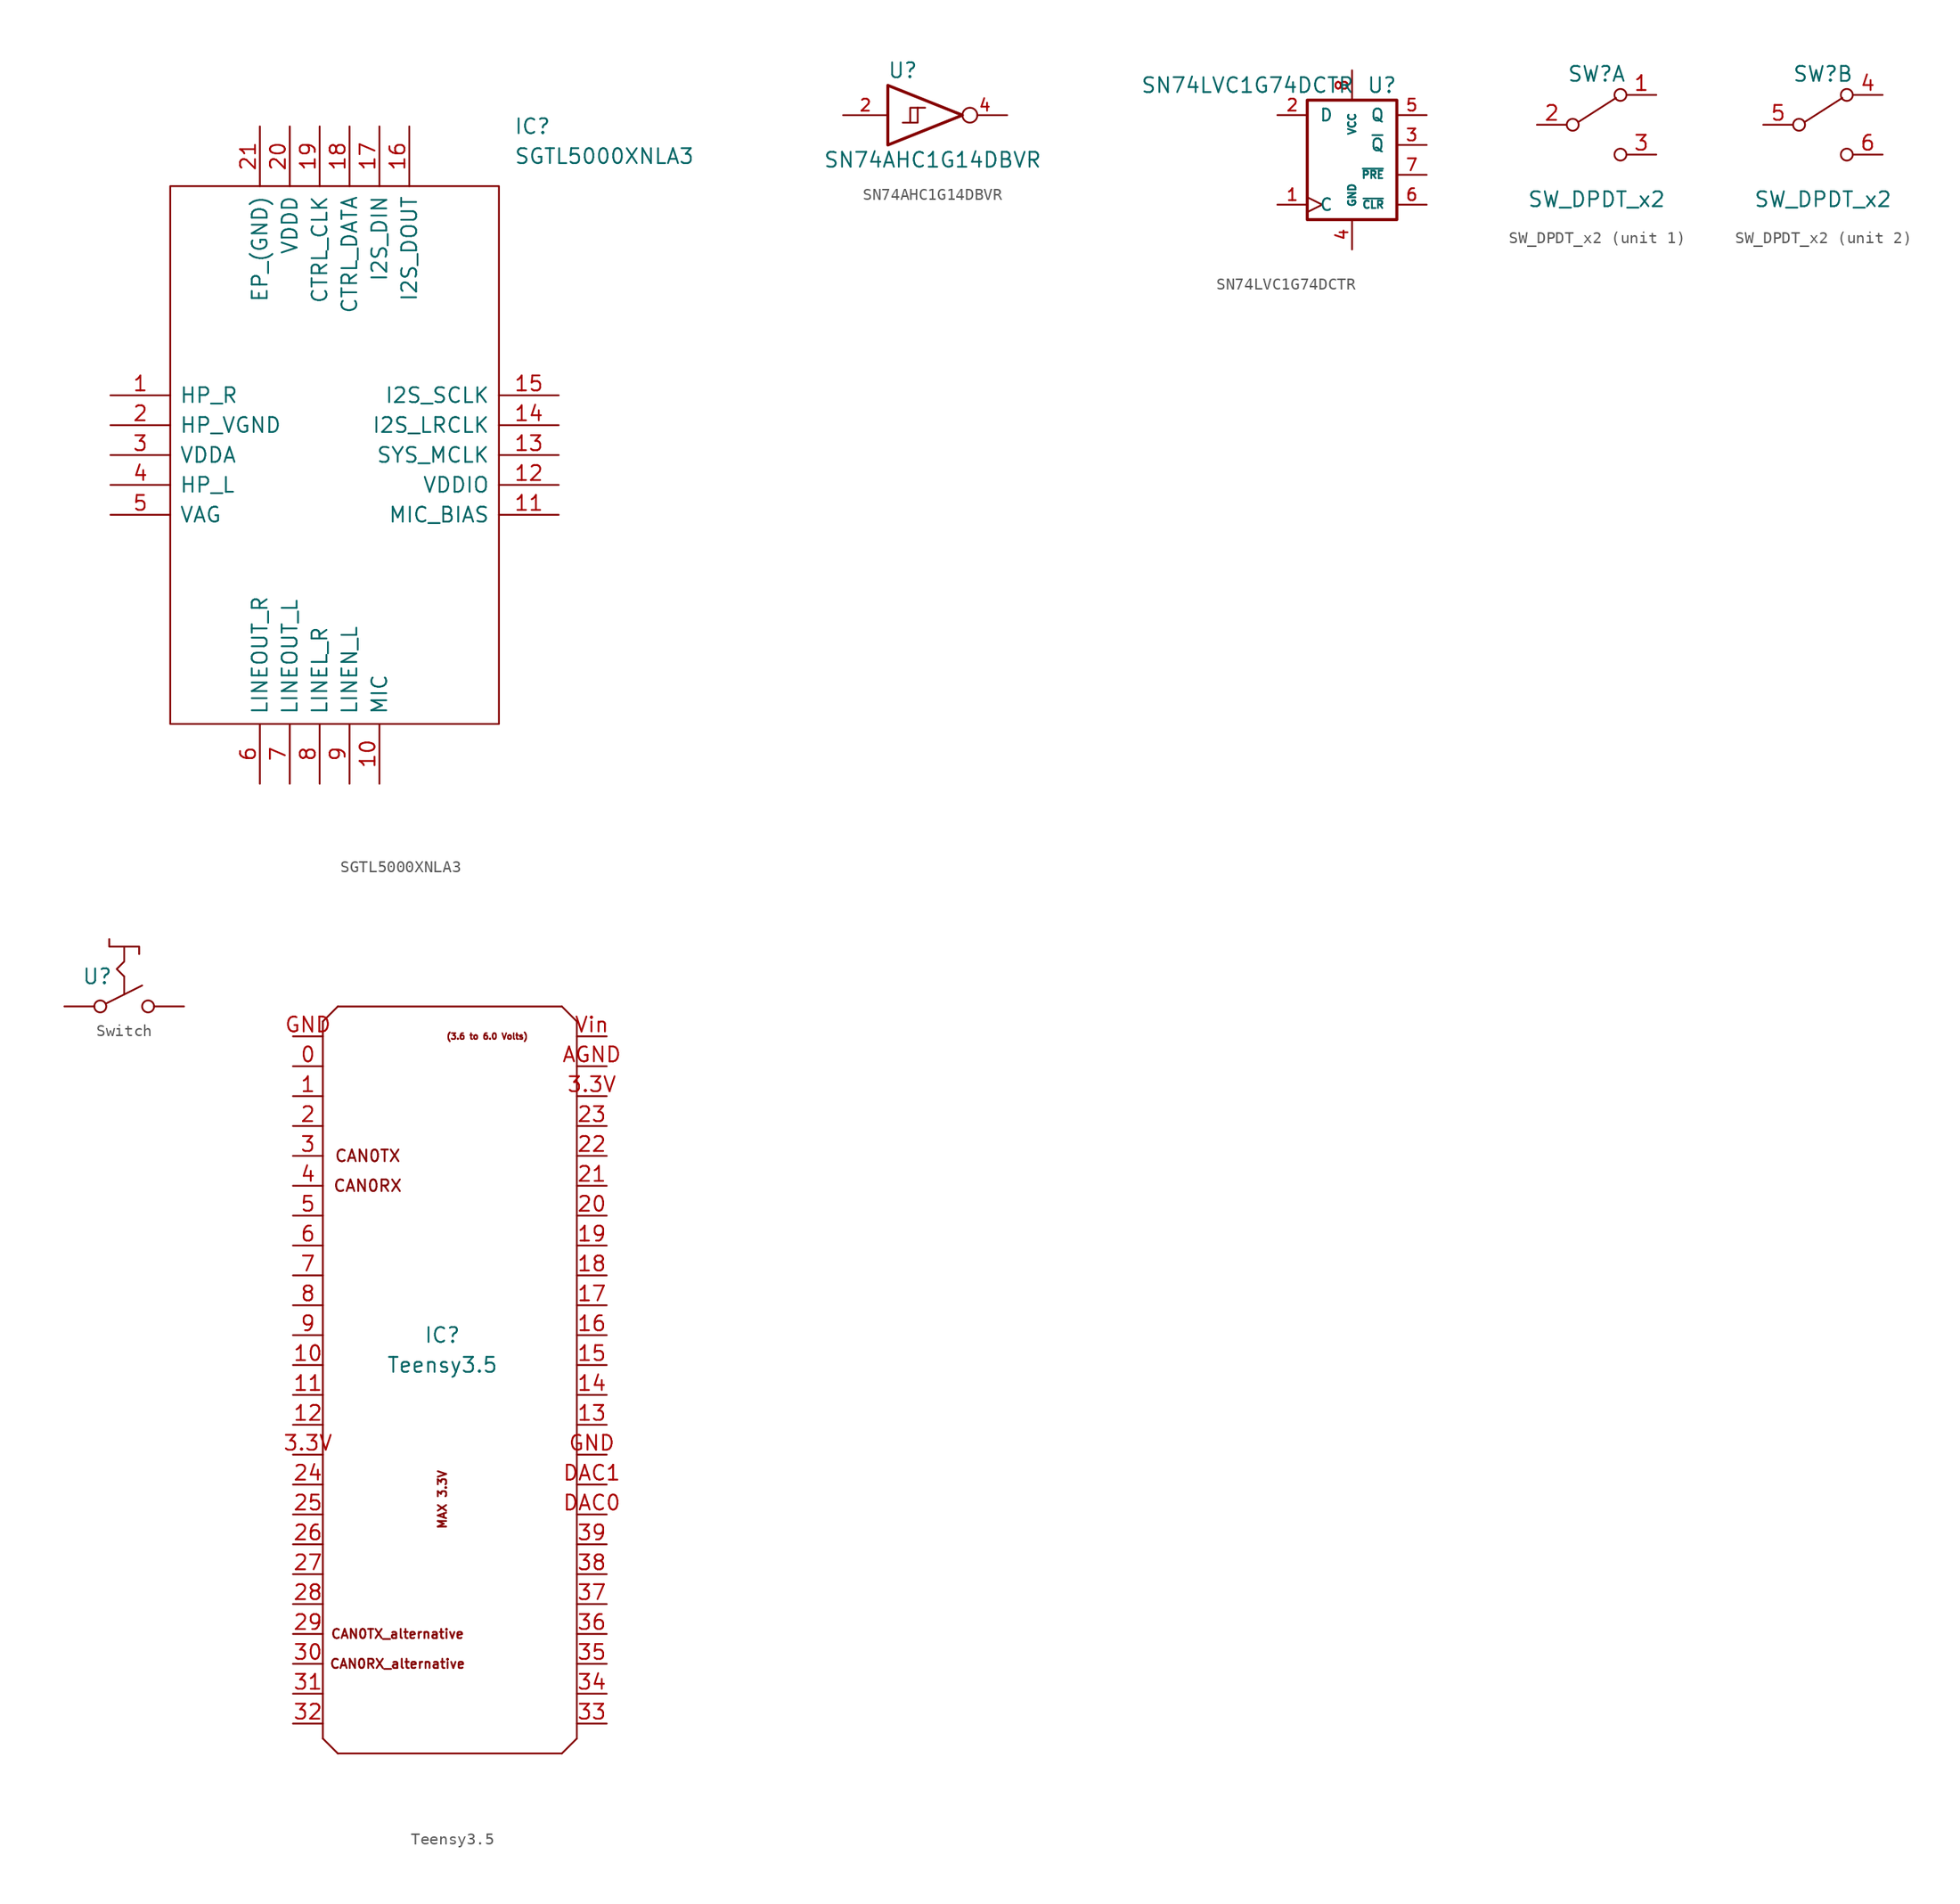
<source format=kicad_sym>
(kicad_symbol_lib
  (version 20231120)
  (generator "kicad_symbol_editor")
  (generator_version "8.0")
  (symbol "SGTL5000XNLA3"
    (pin_names
      (offset 0.762))
    (property "Reference" "IC"
      (at 34.29 22.86 0)
      (effects (font (size 1.27 1.27)) (justify left)))
    (property "Value" "SGTL5000XNLA3"
      (at 34.29 20.32 0)
      (effects (font (size 1.27 1.27)) (justify left)))
    (symbol "SGTL5000XNLA3_0_0"
      (pin passive line (at 0 0 0) (length 5.08) (name "HP_R" (effects (font (size 1.27 1.27)))) (number "1" (effects (font (size 1.27 1.27)))))
      (pin passive line (at 22.86 -33.02 90) (length 5.08) (name "MIC" (effects (font (size 1.27 1.27)))) (number "10" (effects (font (size 1.27 1.27)))))
      (pin passive line (at 38.1 -10.16 180) (length 5.08) (name "MIC_BIAS" (effects (font (size 1.27 1.27)))) (number "11" (effects (font (size 1.27 1.27)))))
      (pin passive line (at 38.1 -7.62 180) (length 5.08) (name "VDDIO" (effects (font (size 1.27 1.27)))) (number "12" (effects (font (size 1.27 1.27)))))
      (pin passive line (at 38.1 -5.08 180) (length 5.08) (name "SYS_MCLK" (effects (font (size 1.27 1.27)))) (number "13" (effects (font (size 1.27 1.27)))))
      (pin passive line (at 38.1 -2.54 180) (length 5.08) (name "I2S_LRCLK" (effects (font (size 1.27 1.27)))) (number "14" (effects (font (size 1.27 1.27)))))
      (pin passive line (at 38.1 0 180) (length 5.08) (name "I2S_SCLK" (effects (font (size 1.27 1.27)))) (number "15" (effects (font (size 1.27 1.27)))))
      (pin passive line (at 25.4 22.86 270) (length 5.08) (name "I2S_DOUT" (effects (font (size 1.27 1.27)))) (number "16" (effects (font (size 1.27 1.27)))))
      (pin passive line (at 22.86 22.86 270) (length 5.08) (name "I2S_DIN" (effects (font (size 1.27 1.27)))) (number "17" (effects (font (size 1.27 1.27)))))
      (pin passive line (at 20.32 22.86 270) (length 5.08) (name "CTRL_DATA" (effects (font (size 1.27 1.27)))) (number "18" (effects (font (size 1.27 1.27)))))
      (pin passive line (at 17.78 22.86 270) (length 5.08) (name "CTRL_CLK" (effects (font (size 1.27 1.27)))) (number "19" (effects (font (size 1.27 1.27)))))
      (pin passive line (at 0 -2.54 0) (length 5.08) (name "HP_VGND" (effects (font (size 1.27 1.27)))) (number "2" (effects (font (size 1.27 1.27)))))
      (pin passive line (at 15.24 22.86 270) (length 5.08) (name "VDDD" (effects (font (size 1.27 1.27)))) (number "20" (effects (font (size 1.27 1.27)))))
      (pin passive line (at 12.7 22.86 270) (length 5.08) (name "EP_(GND)" (effects (font (size 1.27 1.27)))) (number "21" (effects (font (size 1.27 1.27)))))
      (pin passive line (at 0 -5.08 0) (length 5.08) (name "VDDA" (effects (font (size 1.27 1.27)))) (number "3" (effects (font (size 1.27 1.27)))))
      (pin passive line (at 0 -7.62 0) (length 5.08) (name "HP_L" (effects (font (size 1.27 1.27)))) (number "4" (effects (font (size 1.27 1.27)))))
      (pin passive line (at 0 -10.16 0) (length 5.08) (name "VAG" (effects (font (size 1.27 1.27)))) (number "5" (effects (font (size 1.27 1.27)))))
      (pin passive line (at 12.7 -33.02 90) (length 5.08) (name "LINEOUT_R" (effects (font (size 1.27 1.27)))) (number "6" (effects (font (size 1.27 1.27)))))
      (pin passive line (at 15.24 -33.02 90) (length 5.08) (name "LINEOUT_L" (effects (font (size 1.27 1.27)))) (number "7" (effects (font (size 1.27 1.27)))))
      (pin passive line (at 17.78 -33.02 90) (length 5.08) (name "LINEL_R" (effects (font (size 1.27 1.27)))) (number "8" (effects (font (size 1.27 1.27)))))
      (pin passive line (at 20.32 -33.02 90) (length 5.08) (name "LINEN_L" (effects (font (size 1.27 1.27)))) (number "9" (effects (font (size 1.27 1.27))))))
    (symbol "SGTL5000XNLA3_0_1"
      (polyline (pts (xy 5.08 17.78) (xy 33.02 17.78) (xy 33.02 -27.94) (xy 5.08 -27.94) (xy 5.08 17.78)) (stroke (width 0.152) (type default)) (fill (type none)))))
  (symbol "SN74AHC1G14DBVR"
    (pin_names
      (offset 1.016))
    (property "Reference" "U"
      (at -2.54 3.81 0)
      (effects (font (size 1.27 1.27))))
    (property "Value" "SN74AHC1G14DBVR"
      (at 0 -3.81 0)
      (effects (font (size 1.27 1.27))))
    (symbol "SN74AHC1G14DBVR_0_1"
      (polyline (pts (xy -1.905 -0.635) (xy -1.27 -0.635) (xy -1.27 0.635)) (stroke (width 0) (type default)) (fill (type none)))
      (polyline (pts (xy -3.81 2.54) (xy -3.81 -2.54) (xy 2.54 0) (xy -3.81 2.54)) (stroke (width 0.254) (type default)) (fill (type none)))
      (polyline (pts (xy -2.54 -0.635) (xy -1.905 -0.635) (xy -1.905 0.635) (xy -0.635 0.635)) (stroke (width 0) (type default)) (fill (type none))))
    (symbol "SN74AHC1G14DBVR_1_1"
      (pin input line (at -7.62 0 0) (length 3.81) (name "~" (effects (font (size 1.016 1.016)))) (number "2" (effects (font (size 1.016 1.016)))))
      (pin power_in line (at 0 -2.54 270) (length 0) hide (name "GND" (effects (font (size 1.016 1.016)))) (number "3" (effects (font (size 1.016 1.016)))))
      (pin output inverted (at 6.35 0 180) (length 3.81) (name "~" (effects (font (size 1.016 1.016)))) (number "4" (effects (font (size 1.016 1.016)))))
      (pin power_in line (at 0 2.54 90) (length 0) hide (name "VCC" (effects (font (size 1.016 1.016)))) (number "5" (effects (font (size 1.016 1.016)))))))
  (symbol "SN74LVC1G74DCTR"
    (pin_names
      (offset 1.016))
    (property "Reference" "U"
      (at 2.54 5.08 0)
      (effects (font (size 1.27 1.27))))
    (property "Value" "SN74LVC1G74DCTR"
      (at -8.89 5.08 0)
      (effects (font (size 1.27 1.27))))
    (symbol "SN74LVC1G74DCTR_0_1"
      (rectangle (start -3.81 3.81) (end 3.81 -6.35) (stroke (width 0.254) (type default)) (fill (type none))))
    (symbol "SN74LVC1G74DCTR_1_1"
      (pin input clock (at -6.35 -5.08 0) (length 2.54) (name "C" (effects (font (size 1.016 1.016)))) (number "1" (effects (font (size 1.016 1.016)))))
      (pin input line (at -6.35 2.54 0) (length 2.54) (name "D" (effects (font (size 1.016 1.016)))) (number "2" (effects (font (size 1.016 1.016)))))
      (pin output line (at 6.35 0 180) (length 2.54) (name "~{Q}" (effects (font (size 1.016 1.016)))) (number "3" (effects (font (size 1.016 1.016)))))
      (pin power_in line (at 0 -8.89 90) (length 2.54) (name "GND" (effects (font (size 0.635 0.635)))) (number "4" (effects (font (size 1.016 1.016)))))
      (pin output line (at 6.35 2.54 180) (length 2.54) (name "Q" (effects (font (size 1.016 1.016)))) (number "5" (effects (font (size 1.016 1.016)))))
      (pin input line (at 6.35 -5.08 180) (length 2.54) (name "~{CLR}" (effects (font (size 0.635 0.635)))) (number "6" (effects (font (size 1.016 1.016)))))
      (pin input line (at 6.35 -2.54 180) (length 2.54) (name "~{PRE}" (effects (font (size 0.635 0.635)))) (number "7" (effects (font (size 1.016 1.016)))))
      (pin power_in line (at 0 6.35 270) (length 2.54) (name "VCC" (effects (font (size 0.635 0.635)))) (number "8" (effects (font (size 1.016 1.016)))))))
  (symbol "SW_DPDT_x2"
    (pin_names
      (offset 0) hide)
    (property "Reference" "SW"
      (at 0 4.318 0)
      (effects (font (size 1.27 1.27))))
    (property "Value" "SW_DPDT_x2"
      (at 0 -6.35 0)
      (effects (font (size 1.27 1.27))))
    (symbol "SW_DPDT_x2_0_0"
      (circle (center -2.032 0) (radius 0.508) (stroke (width 0) (type default)) (fill (type none)))
      (circle (center 2.032 -2.54) (radius 0.508) (stroke (width 0) (type default)) (fill (type none))))
    (symbol "SW_DPDT_x2_0_1"
      (polyline (pts (xy -1.524 0.254) (xy 1.651 2.286)) (stroke (width 0) (type default)) (fill (type none)))
      (circle (center 2.032 2.54) (radius 0.508) (stroke (width 0) (type default)) (fill (type none))))
    (symbol "SW_DPDT_x2_1_1"
      (pin passive line (at 5.08 2.54 180) (length 2.54) (name "A" (effects (font (size 1.27 1.27)))) (number "1" (effects (font (size 1.27 1.27)))))
      (pin passive line (at -5.08 0 0) (length 2.54) (name "B" (effects (font (size 1.27 1.27)))) (number "2" (effects (font (size 1.27 1.27)))))
      (pin passive line (at 5.08 -2.54 180) (length 2.54) (name "C" (effects (font (size 1.27 1.27)))) (number "3" (effects (font (size 1.27 1.27))))))
    (symbol "SW_DPDT_x2_2_1"
      (pin passive line (at 5.08 2.54 180) (length 2.54) (name "A" (effects (font (size 1.27 1.27)))) (number "4" (effects (font (size 1.27 1.27)))))
      (pin passive line (at -5.08 0 0) (length 2.54) (name "B" (effects (font (size 1.27 1.27)))) (number "5" (effects (font (size 1.27 1.27)))))
      (pin passive line (at 5.08 -2.54 180) (length 2.54) (name "C" (effects (font (size 1.27 1.27)))) (number "6" (effects (font (size 1.27 1.27)))))))
  (symbol "Switch"
    (property "Reference" "U"
      (at -2.286 2.54 0)
      (effects (font (size 1.27 1.27))))
    (property "Value" ""
      (at 0 0 0)
      (effects (font (size 1.27 1.27))))
    (symbol "Switch_0_0"
      (circle (center -2.032 0) (radius 0.508) (stroke (width 0) (type default)) (fill (type none)))
      (polyline (pts (xy -1.524 0.254) (xy 1.524 1.778)) (stroke (width 0) (type default)) (fill (type none)))
      (circle (center 2.032 0) (radius 0.508) (stroke (width 0) (type default)) (fill (type none))))
    (symbol "Switch_0_1"
      (polyline (pts (xy -0.002 1.035) (xy 0 2.54)) (stroke (width 0) (type default)) (fill (type none)))
      (polyline (pts (xy 0 5.08) (xy 1.27 5.08) (xy 1.27 4.445)) (stroke (width 0) (type default)) (fill (type none)))
      (polyline (pts (xy 0 2.54) (xy -0.635 3.175) (xy 0 3.81) (xy 0 5.08) (xy -1.27 5.08) (xy -1.27 5.715)) (stroke (width 0) (type default)) (fill (type none))))
    (symbol "Switch_1_1"
      (pin passive line (at -5.08 0 0) (length 2.54) (name "" (effects (font (size 1.27 1.27)))) (number "" (effects (font (size 1.27 1.27)))))
      (pin passive line (at 5.08 0 180) (length 2.54) (name "" (effects (font (size 1.27 1.27)))) (number "" (effects (font (size 1.27 1.27)))))))
  (symbol "Teensy3.5"
    (pin_names
      (offset 1.016))
    (property "Reference" "IC"
      (at 2.54 -27.94 0)
      (effects (font (size 1.27 1.27))))
    (property "Value" "Teensy3.5"
      (at 2.54 -30.48 0)
      (effects (font (size 1.27 1.27))))
    (symbol "Teensy3.5_0_0"
      (polyline (pts (xy -7.62 -62.23) (xy -6.35 -63.5)) (stroke (width 0) (type default)) (fill (type none)))
      (polyline (pts (xy -7.62 -1.27) (xy -7.62 -62.23)) (stroke (width 0) (type default)) (fill (type none)))
      (polyline (pts (xy -7.62 -1.27) (xy -6.35 0)) (stroke (width 0) (type default)) (fill (type none)))
      (polyline (pts (xy -6.35 -63.5) (xy 12.7 -63.5)) (stroke (width 0) (type default)) (fill (type none)))
      (polyline (pts (xy 12.7 -63.5) (xy 13.97 -62.23)) (stroke (width 0) (type default)) (fill (type none)))
      (polyline (pts (xy 12.7 0) (xy -6.35 0)) (stroke (width 0) (type default)) (fill (type none)))
      (polyline (pts (xy 12.7 0) (xy 13.97 -1.27)) (stroke (width 0) (type default)) (fill (type none)))
      (polyline (pts (xy 13.97 -62.23) (xy 13.97 -1.27)) (stroke (width 0) (type default)) (fill (type none)))
      (text "(3.6 to 6.0 Volts)" (at 6.35 -2.54 0) (effects (font (size 0.508 0.508))))
      (text "CAN0RX" (at -3.81 -15.24 0) (effects (font (size 0.991 0.991))))
      (text "CAN0RX_alternative" (at -1.27 -55.88 0) (effects (font (size 0.787 0.787))))
      (text "CAN0TX" (at -3.81 -12.7 0) (effects (font (size 0.991 0.991))))
      (text "CAN0TX_alternative" (at -1.27 -53.34 0) (effects (font (size 0.787 0.787))))
      (text "MAX 3.3V" (at 2.54 -41.91 900) (effects (font (size 0.711 0.711)))))
    (symbol "Teensy3.5_1_1"
      (pin input line (at -10.16 -5.08 0) (length 2.54) (name "~" (effects (font (size 1.27 1.27)))) (number "0" (effects (font (size 1.27 1.27)))))
      (pin input line (at -10.16 -7.62 0) (length 2.54) (name "~" (effects (font (size 1.27 1.27)))) (number "1" (effects (font (size 1.27 1.27)))))
      (pin input line (at -10.16 -30.48 0) (length 2.54) (name "~" (effects (font (size 1.27 1.27)))) (number "10" (effects (font (size 1.27 1.27)))))
      (pin input line (at -10.16 -33.02 0) (length 2.54) (name "~" (effects (font (size 1.27 1.27)))) (number "11" (effects (font (size 1.27 1.27)))))
      (pin input line (at -10.16 -35.56 0) (length 2.54) (name "~" (effects (font (size 1.27 1.27)))) (number "12" (effects (font (size 1.27 1.27)))))
      (pin input line (at 16.51 -35.56 180) (length 2.54) (name "~" (effects (font (size 1.27 1.27)))) (number "13" (effects (font (size 1.27 1.27)))))
      (pin input line (at 16.51 -33.02 180) (length 2.54) (name "~" (effects (font (size 1.27 1.27)))) (number "14" (effects (font (size 1.27 1.27)))))
      (pin input line (at 16.51 -30.48 180) (length 2.54) (name "~" (effects (font (size 1.27 1.27)))) (number "15" (effects (font (size 1.27 1.27)))))
      (pin input line (at 16.51 -27.94 180) (length 2.54) (name "~" (effects (font (size 1.27 1.27)))) (number "16" (effects (font (size 1.27 1.27)))))
      (pin input line (at 16.51 -25.4 180) (length 2.54) (name "~" (effects (font (size 1.27 1.27)))) (number "17" (effects (font (size 1.27 1.27)))))
      (pin input line (at 16.51 -22.86 180) (length 2.54) (name "~" (effects (font (size 1.27 1.27)))) (number "18" (effects (font (size 1.27 1.27)))))
      (pin input line (at 16.51 -20.32 180) (length 2.54) (name "~" (effects (font (size 1.27 1.27)))) (number "19" (effects (font (size 1.27 1.27)))))
      (pin input line (at -10.16 -10.16 0) (length 2.54) (name "~" (effects (font (size 1.27 1.27)))) (number "2" (effects (font (size 1.27 1.27)))))
      (pin input line (at 16.51 -17.78 180) (length 2.54) (name "~" (effects (font (size 1.27 1.27)))) (number "20" (effects (font (size 1.27 1.27)))))
      (pin input line (at 16.51 -15.24 180) (length 2.54) (name "~" (effects (font (size 1.27 1.27)))) (number "21" (effects (font (size 1.27 1.27)))))
      (pin input line (at 16.51 -12.7 180) (length 2.54) (name "~" (effects (font (size 1.27 1.27)))) (number "22" (effects (font (size 1.27 1.27)))))
      (pin input line (at 16.51 -10.16 180) (length 2.54) (name "~" (effects (font (size 1.27 1.27)))) (number "23" (effects (font (size 1.27 1.27)))))
      (pin input line (at -10.16 -40.64 0) (length 2.54) (name "~" (effects (font (size 1.27 1.27)))) (number "24" (effects (font (size 1.27 1.27)))))
      (pin input line (at -10.16 -43.18 0) (length 2.54) (name "~" (effects (font (size 1.27 1.27)))) (number "25" (effects (font (size 1.27 1.27)))))
      (pin input line (at -10.16 -45.72 0) (length 2.54) (name "~" (effects (font (size 1.27 1.27)))) (number "26" (effects (font (size 1.27 1.27)))))
      (pin input line (at -10.16 -48.26 0) (length 2.54) (name "~" (effects (font (size 1.27 1.27)))) (number "27" (effects (font (size 1.27 1.27)))))
      (pin input line (at -10.16 -50.8 0) (length 2.54) (name "~" (effects (font (size 1.27 1.27)))) (number "28" (effects (font (size 1.27 1.27)))))
      (pin input line (at -10.16 -53.34 0) (length 2.54) (name "~" (effects (font (size 1.27 1.27)))) (number "29" (effects (font (size 1.27 1.27)))))
      (pin input line (at -10.16 -12.7 0) (length 2.54) (name "~" (effects (font (size 1.27 1.27)))) (number "3" (effects (font (size 1.27 1.27)))))
      (pin input line (at -10.16 -38.1 0) (length 2.54) (name "~" (effects (font (size 1.27 1.27)))) (number "3.3V" (effects (font (size 1.27 1.27)))))
      (pin input line (at 16.51 -7.62 180) (length 2.54) (name "~" (effects (font (size 1.27 1.27)))) (number "3.3V" (effects (font (size 1.27 1.27)))))
      (pin input line (at -10.16 -55.88 0) (length 2.54) (name "~" (effects (font (size 1.27 1.27)))) (number "30" (effects (font (size 1.27 1.27)))))
      (pin input line (at -10.16 -58.42 0) (length 2.54) (name "~" (effects (font (size 1.27 1.27)))) (number "31" (effects (font (size 1.27 1.27)))))
      (pin input line (at -10.16 -60.96 0) (length 2.54) (name "~" (effects (font (size 1.27 1.27)))) (number "32" (effects (font (size 1.27 1.27)))))
      (pin input line (at 16.51 -60.96 180) (length 2.54) (name "~" (effects (font (size 1.27 1.27)))) (number "33" (effects (font (size 1.27 1.27)))))
      (pin input line (at 16.51 -58.42 180) (length 2.54) (name "~" (effects (font (size 1.27 1.27)))) (number "34" (effects (font (size 1.27 1.27)))))
      (pin input line (at 16.51 -55.88 180) (length 2.54) (name "~" (effects (font (size 1.27 1.27)))) (number "35" (effects (font (size 1.27 1.27)))))
      (pin input line (at 16.51 -53.34 180) (length 2.54) (name "~" (effects (font (size 1.27 1.27)))) (number "36" (effects (font (size 1.27 1.27)))))
      (pin input line (at 16.51 -50.8 180) (length 2.54) (name "~" (effects (font (size 1.27 1.27)))) (number "37" (effects (font (size 1.27 1.27)))))
      (pin input line (at 16.51 -48.26 180) (length 2.54) (name "~" (effects (font (size 1.27 1.27)))) (number "38" (effects (font (size 1.27 1.27)))))
      (pin input line (at 16.51 -45.72 180) (length 2.54) (name "~" (effects (font (size 1.27 1.27)))) (number "39" (effects (font (size 1.27 1.27)))))
      (pin input line (at -10.16 -15.24 0) (length 2.54) (name "~" (effects (font (size 1.27 1.27)))) (number "4" (effects (font (size 1.27 1.27)))))
      (pin input line (at -10.16 -17.78 0) (length 2.54) (name "~" (effects (font (size 1.27 1.27)))) (number "5" (effects (font (size 1.27 1.27)))))
      (pin input line (at -10.16 -20.32 0) (length 2.54) (name "~" (effects (font (size 1.27 1.27)))) (number "6" (effects (font (size 1.27 1.27)))))
      (pin input line (at -10.16 -22.86 0) (length 2.54) (name "~" (effects (font (size 1.27 1.27)))) (number "7" (effects (font (size 1.27 1.27)))))
      (pin input line (at -10.16 -25.4 0) (length 2.54) (name "~" (effects (font (size 1.27 1.27)))) (number "8" (effects (font (size 1.27 1.27)))))
      (pin input line (at -10.16 -27.94 0) (length 2.54) (name "~" (effects (font (size 1.27 1.27)))) (number "9" (effects (font (size 1.27 1.27)))))
      (pin input line (at 16.51 -5.08 180) (length 2.54) (name "~" (effects (font (size 1.27 1.27)))) (number "AGND" (effects (font (size 1.27 1.27)))))
      (pin input line (at 16.51 -43.18 180) (length 2.54) (name "~" (effects (font (size 1.27 1.27)))) (number "DAC0" (effects (font (size 1.27 1.27)))))
      (pin input line (at 16.51 -40.64 180) (length 2.54) (name "~" (effects (font (size 1.27 1.27)))) (number "DAC1" (effects (font (size 1.27 1.27)))))
      (pin input line (at -10.16 -2.54 0) (length 2.54) (name "~" (effects (font (size 1.27 1.27)))) (number "GND" (effects (font (size 1.27 1.27)))))
      (pin input line (at 16.51 -38.1 180) (length 2.54) (name "~" (effects (font (size 1.27 1.27)))) (number "GND" (effects (font (size 1.27 1.27)))))
      (pin input line (at 16.51 -2.54 180) (length 2.54) (name "~" (effects (font (size 1.27 1.27)))) (number "Vin" (effects (font (size 1.27 1.27))))))))
</source>
